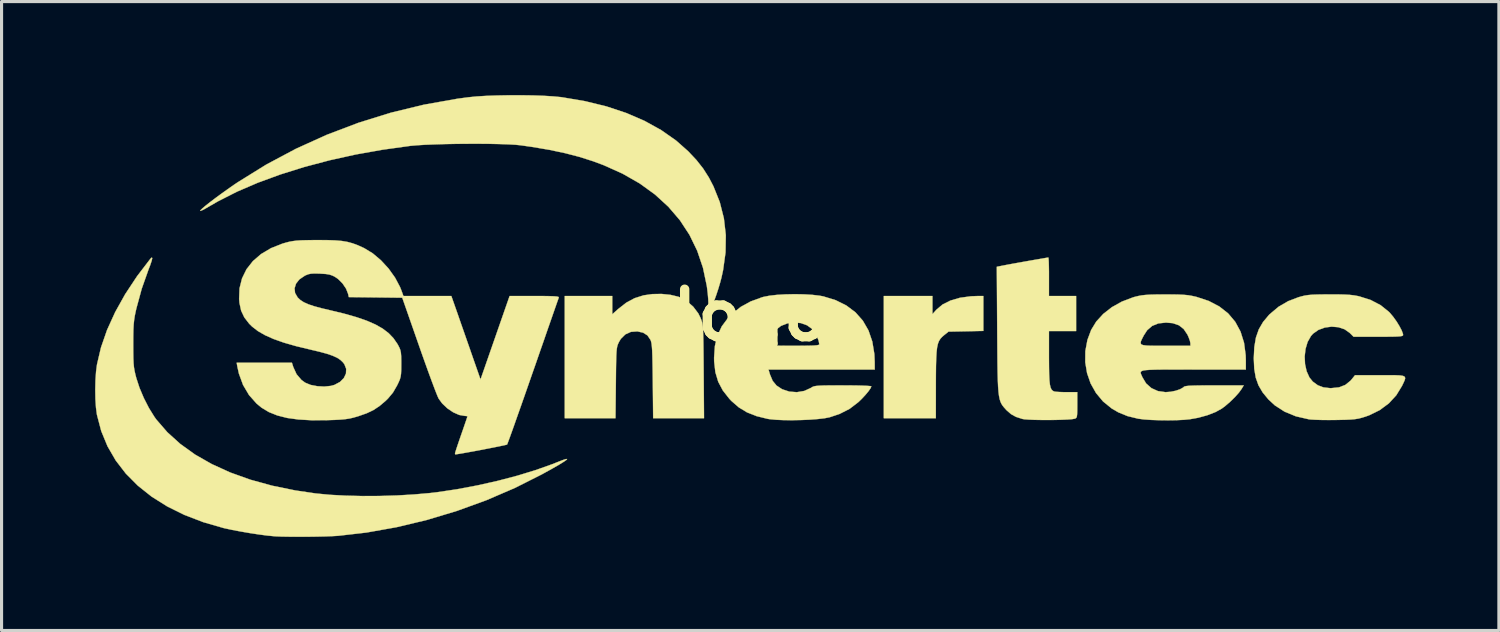
<source format=kicad_pcb>
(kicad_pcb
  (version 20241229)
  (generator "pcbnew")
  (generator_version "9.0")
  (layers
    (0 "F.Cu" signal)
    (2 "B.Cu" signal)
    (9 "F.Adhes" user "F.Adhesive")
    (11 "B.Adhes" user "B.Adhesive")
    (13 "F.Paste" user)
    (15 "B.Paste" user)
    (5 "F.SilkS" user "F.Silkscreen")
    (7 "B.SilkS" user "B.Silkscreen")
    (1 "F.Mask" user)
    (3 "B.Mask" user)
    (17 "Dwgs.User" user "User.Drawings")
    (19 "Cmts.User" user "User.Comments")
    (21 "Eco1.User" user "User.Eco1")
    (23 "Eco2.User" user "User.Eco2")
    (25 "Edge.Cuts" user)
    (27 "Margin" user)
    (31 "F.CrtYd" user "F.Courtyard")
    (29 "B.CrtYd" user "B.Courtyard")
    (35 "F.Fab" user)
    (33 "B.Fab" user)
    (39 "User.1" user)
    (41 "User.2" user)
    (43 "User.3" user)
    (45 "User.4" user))
  (footprint "logo"
    (layer "F.Cu")
    (at 21.013 7.06)
    (property "Reference" "logo" (at 0 0 0) (layer "F.SilkS") (effects (font (size 1.524 1.524) (thickness 0.3))))
    (attr through_hole)
    (fp_poly (pts (xy 5.842 -0.036) (xy 5.973 -0.181) (xy 6.168 -0.345) (xy 6.42 -0.471) (xy 6.726 -0.56) (xy 7.079 -0.608) (xy 7.321 -0.617) (xy 7.475 -0.617) (xy 7.475 0.503) (xy 6.916 0.515) (xy 6.356 0.526) (xy 6.217 0.638) (xy 6.149 0.697) (xy 6.094 0.758) (xy 6.05 0.83) (xy 6.016 0.92) (xy 5.991 1.037) (xy 5.974 1.188) (xy 5.963 1.381) (xy 5.956 1.625) (xy 5.953 1.928) (xy 5.952 2.204) (xy 5.951 3.302) (xy 4.282 3.302) (xy 4.282 -0.617) (xy 5.842 -0.617) (xy 5.842 -0.036)) (stroke (width 0.01) (type solid)) (fill yes) (layer "F.SilkS"))
    (fp_poly (pts (xy -2.561 -0.654) (xy -2.309 -0.594) (xy -2.269 -0.579) (xy -2.038 -0.455) (xy -1.832 -0.276) (xy -1.667 -0.058) (xy -1.593 0.092) (xy -1.572 0.147) (xy -1.554 0.199) (xy -1.54 0.257) (xy -1.528 0.327) (xy -1.52 0.417) (xy -1.513 0.535) (xy -1.508 0.688) (xy -1.504 0.883) (xy -1.501 1.128) (xy -1.498 1.431) (xy -1.495 1.799) (xy -1.495 1.805) (xy -1.484 3.302) (xy -3.115 3.302) (xy -3.127 2.114) (xy -3.131 1.779) (xy -3.136 1.509) (xy -3.141 1.295) (xy -3.147 1.13) (xy -3.156 1.006) (xy -3.166 0.915) (xy -3.18 0.849) (xy -3.196 0.8) (xy -3.2 0.792) (xy -3.297 0.648) (xy -3.437 0.559) (xy -3.622 0.518) (xy -3.828 0.533) (xy -4.007 0.614) (xy -4.15 0.755) (xy -4.209 0.853) (xy -4.234 0.905) (xy -4.255 0.955) (xy -4.27 1.011) (xy -4.282 1.082) (xy -4.291 1.176) (xy -4.298 1.304) (xy -4.302 1.472) (xy -4.306 1.69) (xy -4.309 1.967) (xy -4.311 2.168) (xy -4.323 3.302) (xy -5.951 3.302) (xy -5.951 -0.617) (xy -4.427 -0.617) (xy -4.427 -0.03) (xy -4.237 -0.2) (xy -3.977 -0.403) (xy -3.712 -0.546) (xy -3.422 -0.638) (xy -3.415 -0.639) (xy -3.141 -0.678) (xy -2.847 -0.683) (xy -2.561 -0.654)) (stroke (width 0.01) (type solid)) (fill yes) (layer "F.SilkS"))
    (fp_poly (pts (xy 9.566 -1.816) (xy 9.572 -1.721) (xy 9.576 -1.577) (xy 9.579 -1.396) (xy 9.579 -1.234) (xy 9.579 -0.617) (xy 10.45 -0.617) (xy 10.45 0.508) (xy 9.579 0.508) (xy 9.579 1.363) (xy 9.581 1.666) (xy 9.585 1.905) (xy 9.594 2.088) (xy 9.609 2.223) (xy 9.63 2.318) (xy 9.66 2.381) (xy 9.7 2.422) (xy 9.744 2.445) (xy 9.805 2.455) (xy 9.919 2.462) (xy 10.066 2.467) (xy 10.145 2.467) (xy 10.487 2.467) (xy 10.487 2.88) (xy 10.486 3.059) (xy 10.482 3.178) (xy 10.473 3.251) (xy 10.455 3.291) (xy 10.428 3.31) (xy 10.405 3.318) (xy 10.32 3.333) (xy 10.177 3.344) (xy 9.991 3.352) (xy 9.776 3.358) (xy 9.548 3.36) (xy 9.321 3.359) (xy 9.109 3.355) (xy 8.928 3.347) (xy 8.792 3.337) (xy 8.727 3.326) (xy 8.52 3.259) (xy 8.36 3.17) (xy 8.218 3.046) (xy 8.191 3.016) (xy 8.138 2.957) (xy 8.093 2.901) (xy 8.055 2.842) (xy 8.024 2.774) (xy 7.998 2.692) (xy 7.977 2.588) (xy 7.961 2.458) (xy 7.948 2.294) (xy 7.939 2.093) (xy 7.932 1.846) (xy 7.927 1.549) (xy 7.924 1.195) (xy 7.921 0.778) (xy 7.919 0.466) (xy 7.906 -1.554) (xy 8.099 -1.592) (xy 8.197 -1.611) (xy 8.341 -1.638) (xy 8.518 -1.67) (xy 8.714 -1.705) (xy 8.916 -1.741) (xy 9.111 -1.775) (xy 9.286 -1.805) (xy 9.428 -1.83) (xy 9.524 -1.846) (xy 9.559 -1.851) (xy 9.566 -1.816)) (stroke (width 0.01) (type solid)) (fill yes) (layer "F.SilkS"))
    (fp_poly (pts (xy -6.98 -7.05) (xy -6.632 -7.038) (xy -6.323 -7.019) (xy -6.069 -6.995) (xy -6.042 -6.991) (xy -5.308 -6.867) (xy -4.619 -6.699) (xy -3.98 -6.487) (xy -3.391 -6.233) (xy -2.857 -5.937) (xy -2.379 -5.602) (xy -1.994 -5.261) (xy -1.729 -4.98) (xy -1.513 -4.706) (xy -1.328 -4.416) (xy -1.182 -4.135) (xy -0.979 -3.629) (xy -0.847 -3.108) (xy -0.785 -2.57) (xy -0.794 -2.015) (xy -0.873 -1.443) (xy -0.924 -1.209) (xy -0.97 -1.036) (xy -1.026 -0.848) (xy -1.088 -0.66) (xy -1.151 -0.484) (xy -1.21 -0.332) (xy -1.261 -0.218) (xy -1.298 -0.154) (xy -1.311 -0.145) (xy -1.327 -0.178) (xy -1.339 -0.264) (xy -1.343 -0.372) (xy -1.349 -0.514) (xy -1.364 -0.696) (xy -1.387 -0.884) (xy -1.395 -0.943) (xy -1.518 -1.525) (xy -1.703 -2.07) (xy -1.95 -2.578) (xy -2.258 -3.048) (xy -2.628 -3.48) (xy -3.058 -3.873) (xy -3.547 -4.227) (xy -4.097 -4.541) (xy -4.705 -4.814) (xy -5.044 -4.94) (xy -5.477 -5.078) (xy -5.938 -5.198) (xy -6.44 -5.304) (xy -6.993 -5.398) (xy -7.366 -5.451) (xy -7.537 -5.468) (xy -7.769 -5.481) (xy -8.051 -5.49) (xy -8.37 -5.497) (xy -8.716 -5.5) (xy -9.076 -5.499) (xy -9.439 -5.496) (xy -9.793 -5.489) (xy -10.128 -5.479) (xy -10.431 -5.467) (xy -10.69 -5.451) (xy -10.895 -5.433) (xy -10.904 -5.432) (xy -11.79 -5.309) (xy -12.656 -5.155) (xy -13.496 -4.969) (xy -14.304 -4.755) (xy -15.071 -4.515) (xy -15.792 -4.251) (xy -16.46 -3.964) (xy -17.068 -3.656) (xy -17.375 -3.479) (xy -17.491 -3.412) (xy -17.585 -3.364) (xy -17.637 -3.346) (xy -17.641 -3.346) (xy -17.629 -3.372) (xy -17.566 -3.432) (xy -17.46 -3.521) (xy -17.318 -3.633) (xy -17.149 -3.761) (xy -16.961 -3.899) (xy -16.762 -4.041) (xy -16.561 -4.182) (xy -16.43 -4.27) (xy -15.523 -4.832) (xy -14.573 -5.338) (xy -13.587 -5.785) (xy -12.57 -6.171) (xy -11.528 -6.495) (xy -10.465 -6.753) (xy -9.389 -6.944) (xy -9.035 -6.991) (xy -8.774 -7.017) (xy -8.46 -7.036) (xy -8.108 -7.048) (xy -7.734 -7.055) (xy -7.353 -7.055) (xy -6.98 -7.05)) (stroke (width 0.01) (type solid)) (fill yes) (layer "F.SilkS"))
    (fp_poly (pts (xy 18.833 -0.668) (xy 19.047 -0.663) (xy 19.218 -0.654) (xy 19.36 -0.638) (xy 19.487 -0.615) (xy 19.531 -0.605) (xy 19.897 -0.489) (xy 20.215 -0.323) (xy 20.48 -0.11) (xy 20.51 -0.08) (xy 20.617 0.047) (xy 20.724 0.195) (xy 20.818 0.348) (xy 20.891 0.487) (xy 20.932 0.597) (xy 20.937 0.634) (xy 20.929 0.652) (xy 20.899 0.666) (xy 20.839 0.676) (xy 20.74 0.683) (xy 20.594 0.687) (xy 20.392 0.689) (xy 20.142 0.689) (xy 19.348 0.689) (xy 19.224 0.566) (xy 19.06 0.45) (xy 18.861 0.384) (xy 18.643 0.366) (xy 18.425 0.395) (xy 18.221 0.47) (xy 18.05 0.59) (xy 17.982 0.666) (xy 17.874 0.857) (xy 17.807 1.083) (xy 17.78 1.325) (xy 17.792 1.569) (xy 17.843 1.798) (xy 17.932 1.995) (xy 18.04 2.128) (xy 18.201 2.246) (xy 18.377 2.313) (xy 18.591 2.338) (xy 18.633 2.338) (xy 18.88 2.313) (xy 19.083 2.235) (xy 19.25 2.1) (xy 19.293 2.05) (xy 19.395 1.923) (xy 20.202 1.923) (xy 20.476 1.923) (xy 20.684 1.924) (xy 20.834 1.93) (xy 20.933 1.945) (xy 20.987 1.972) (xy 21.004 2.015) (xy 20.99 2.076) (xy 20.953 2.16) (xy 20.901 2.268) (xy 20.718 2.567) (xy 20.478 2.827) (xy 20.186 3.043) (xy 19.848 3.209) (xy 19.724 3.253) (xy 19.61 3.288) (xy 19.507 3.314) (xy 19.398 3.332) (xy 19.268 3.344) (xy 19.103 3.352) (xy 18.887 3.357) (xy 18.778 3.359) (xy 18.549 3.361) (xy 18.33 3.359) (xy 18.136 3.353) (xy 17.984 3.345) (xy 17.91 3.336) (xy 17.5 3.242) (xy 17.139 3.094) (xy 16.826 2.893) (xy 16.616 2.699) (xy 16.433 2.476) (xy 16.299 2.248) (xy 16.211 2) (xy 16.163 1.718) (xy 16.148 1.384) (xy 16.148 1.38) (xy 16.165 1.022) (xy 16.217 0.716) (xy 16.309 0.452) (xy 16.447 0.215) (xy 16.633 -0.007) (xy 16.659 -0.033) (xy 16.941 -0.271) (xy 17.252 -0.452) (xy 17.575 -0.575) (xy 17.686 -0.607) (xy 17.788 -0.631) (xy 17.894 -0.647) (xy 18.02 -0.658) (xy 18.18 -0.664) (xy 18.388 -0.667) (xy 18.56 -0.668) (xy 18.833 -0.668)) (stroke (width 0.01) (type solid)) (fill yes) (layer "F.SilkS"))
    (fp_poly (pts (xy -19.18 -1.832) (xy -19.198 -1.748) (xy -19.248 -1.6) (xy -19.3 -1.466) (xy -19.517 -0.852) (xy -19.688 -0.224) (xy -19.71 -0.127) (xy -19.74 0.017) (xy -19.761 0.153) (xy -19.776 0.298) (xy -19.785 0.466) (xy -19.789 0.675) (xy -19.79 0.94) (xy -19.79 0.943) (xy -19.789 1.195) (xy -19.786 1.389) (xy -19.779 1.541) (xy -19.767 1.667) (xy -19.748 1.781) (xy -19.722 1.898) (xy -19.692 2.014) (xy -19.59 2.326) (xy -19.451 2.655) (xy -19.288 2.974) (xy -19.113 3.256) (xy -19.051 3.343) (xy -18.697 3.752) (xy -18.281 4.128) (xy -17.805 4.47) (xy -17.269 4.775) (xy -16.678 5.044) (xy -16.033 5.275) (xy -15.335 5.467) (xy -14.587 5.62) (xy -13.934 5.716) (xy -13.486 5.759) (xy -12.984 5.786) (xy -12.446 5.799) (xy -11.888 5.797) (xy -11.329 5.78) (xy -10.784 5.748) (xy -10.272 5.703) (xy -10.051 5.677) (xy -9.405 5.581) (xy -8.749 5.457) (xy -8.098 5.311) (xy -7.47 5.146) (xy -6.878 4.965) (xy -6.339 4.773) (xy -6.197 4.716) (xy -6.025 4.649) (xy -5.918 4.614) (xy -5.874 4.611) (xy -5.895 4.639) (xy -5.979 4.698) (xy -6.126 4.789) (xy -6.336 4.91) (xy -6.609 5.061) (xy -6.681 5.101) (xy -7.553 5.54) (xy -8.466 5.933) (xy -9.411 6.276) (xy -10.374 6.566) (xy -11.345 6.798) (xy -12.312 6.97) (xy -13.219 7.074) (xy -13.404 7.085) (xy -13.642 7.094) (xy -13.915 7.1) (xy -14.208 7.104) (xy -14.502 7.105) (xy -14.78 7.103) (xy -15.027 7.099) (xy -15.223 7.091) (xy -15.276 7.087) (xy -15.493 7.066) (xy -15.758 7.031) (xy -16.049 6.987) (xy -16.344 6.936) (xy -16.62 6.884) (xy -16.856 6.833) (xy -16.891 6.825) (xy -17.545 6.636) (xy -18.149 6.404) (xy -18.701 6.131) (xy -19.199 5.818) (xy -19.641 5.467) (xy -20.026 5.08) (xy -20.351 4.658) (xy -20.615 4.202) (xy -20.816 3.715) (xy -20.952 3.199) (xy -20.955 3.184) (xy -20.985 2.96) (xy -21.003 2.687) (xy -21.008 2.389) (xy -21.001 2.088) (xy -20.982 1.806) (xy -20.952 1.578) (xy -20.824 1.033) (xy -20.629 0.471) (xy -20.369 -0.1) (xy -20.048 -0.675) (xy -19.668 -1.25) (xy -19.241 -1.809) (xy -19.195 -1.852) (xy -19.18 -1.832)) (stroke (width 0.01) (type solid)) (fill yes) (layer "F.SilkS"))
    (fp_poly (pts (xy 1.716 -0.67) (xy 1.989 -0.654) (xy 2.225 -0.626) (xy 2.34 -0.605) (xy 2.738 -0.483) (xy 3.083 -0.311) (xy 3.374 -0.092) (xy 3.61 0.175) (xy 3.79 0.487) (xy 3.913 0.844) (xy 3.979 1.244) (xy 3.99 1.497) (xy 3.991 1.742) (xy 0.584 1.742) (xy 0.632 1.902) (xy 0.717 2.104) (xy 0.84 2.254) (xy 1.016 2.37) (xy 1.023 2.374) (xy 1.252 2.45) (xy 1.494 2.468) (xy 1.732 2.428) (xy 1.944 2.331) (xy 1.965 2.317) (xy 2.001 2.296) (xy 2.046 2.28) (xy 2.11 2.268) (xy 2.203 2.26) (xy 2.333 2.254) (xy 2.51 2.251) (xy 2.743 2.25) (xy 2.972 2.25) (xy 3.22 2.251) (xy 3.443 2.254) (xy 3.63 2.259) (xy 3.772 2.266) (xy 3.859 2.274) (xy 3.883 2.281) (xy 3.858 2.341) (xy 3.791 2.437) (xy 3.693 2.555) (xy 3.576 2.681) (xy 3.466 2.787) (xy 3.185 3.002) (xy 2.863 3.166) (xy 2.545 3.272) (xy 2.383 3.304) (xy 2.166 3.329) (xy 1.91 3.349) (xy 1.631 3.361) (xy 1.347 3.366) (xy 1.074 3.364) (xy 0.828 3.353) (xy 0.627 3.334) (xy 0.557 3.323) (xy 0.199 3.235) (xy -0.105 3.115) (xy -0.369 2.955) (xy -0.606 2.749) (xy -0.671 2.68) (xy -0.881 2.412) (xy -1.029 2.132) (xy -1.12 1.827) (xy -1.159 1.482) (xy -1.161 1.361) (xy -1.135 0.986) (xy -1.115 0.906) (xy 0.617 0.906) (xy 0.619 0.93) (xy 0.633 0.948) (xy 0.666 0.961) (xy 0.727 0.97) (xy 0.827 0.976) (xy 0.973 0.978) (xy 1.174 0.98) (xy 1.415 0.98) (xy 1.683 0.979) (xy 1.885 0.976) (xy 2.032 0.972) (xy 2.129 0.964) (xy 2.186 0.953) (xy 2.211 0.938) (xy 2.213 0.93) (xy 2.192 0.817) (xy 2.137 0.677) (xy 2.061 0.541) (xy 1.986 0.443) (xy 1.82 0.322) (xy 1.621 0.251) (xy 1.403 0.232) (xy 1.186 0.262) (xy 0.984 0.342) (xy 0.815 0.472) (xy 0.809 0.478) (xy 0.732 0.586) (xy 0.665 0.72) (xy 0.624 0.849) (xy 0.617 0.906) (xy -1.115 0.906) (xy -1.054 0.655) (xy -0.915 0.358) (xy -0.714 0.087) (xy -0.584 -0.046) (xy -0.307 -0.267) (xy 0.009 -0.441) (xy 0.376 -0.575) (xy 0.423 -0.588) (xy 0.611 -0.625) (xy 0.852 -0.653) (xy 1.129 -0.669) (xy 1.423 -0.675) (xy 1.716 -0.67)) (stroke (width 0.01) (type solid)) (fill yes) (layer "F.SilkS"))
    (fp_poly (pts (xy 13.556 -0.666) (xy 13.756 -0.662) (xy 13.914 -0.654) (xy 14.047 -0.641) (xy 14.168 -0.62) (xy 14.294 -0.592) (xy 14.31 -0.588) (xy 14.703 -0.458) (xy 15.042 -0.281) (xy 15.326 -0.058) (xy 15.553 0.211) (xy 15.723 0.525) (xy 15.835 0.882) (xy 15.888 1.281) (xy 15.893 1.442) (xy 15.893 1.742) (xy 14.206 1.742) (xy 13.805 1.741) (xy 13.47 1.741) (xy 13.197 1.742) (xy 12.98 1.745) (xy 12.812 1.751) (xy 12.688 1.76) (xy 12.603 1.773) (xy 12.55 1.792) (xy 12.524 1.817) (xy 12.52 1.849) (xy 12.531 1.889) (xy 12.553 1.937) (xy 12.575 1.988) (xy 12.695 2.188) (xy 12.865 2.338) (xy 13.075 2.433) (xy 13.317 2.467) (xy 13.319 2.467) (xy 13.481 2.455) (xy 13.643 2.422) (xy 13.784 2.374) (xy 13.882 2.319) (xy 13.9 2.301) (xy 13.925 2.285) (xy 13.975 2.273) (xy 14.059 2.263) (xy 14.184 2.257) (xy 14.357 2.253) (xy 14.588 2.25) (xy 14.883 2.25) (xy 15.825 2.25) (xy 15.759 2.361) (xy 15.672 2.481) (xy 15.544 2.624) (xy 15.393 2.772) (xy 15.237 2.907) (xy 15.12 2.995) (xy 14.914 3.108) (xy 14.655 3.208) (xy 14.364 3.288) (xy 14.102 3.335) (xy 13.908 3.354) (xy 13.667 3.366) (xy 13.399 3.37) (xy 13.123 3.367) (xy 12.86 3.358) (xy 12.628 3.342) (xy 12.448 3.319) (xy 12.441 3.318) (xy 12.1 3.235) (xy 11.803 3.114) (xy 11.589 2.989) (xy 11.313 2.764) (xy 11.088 2.494) (xy 10.916 2.189) (xy 10.801 1.857) (xy 10.743 1.508) (xy 10.746 1.15) (xy 10.794 0.892) (xy 12.518 0.892) (xy 12.538 0.933) (xy 12.596 0.958) (xy 12.7 0.972) (xy 12.856 0.979) (xy 13.072 0.98) (xy 13.317 0.98) (xy 14.115 0.98) (xy 14.115 0.896) (xy 14.099 0.818) (xy 14.058 0.706) (xy 14.021 0.623) (xy 13.901 0.444) (xy 13.746 0.322) (xy 13.549 0.254) (xy 13.332 0.236) (xy 13.087 0.262) (xy 12.887 0.343) (xy 12.728 0.481) (xy 12.618 0.651) (xy 12.565 0.755) (xy 12.529 0.834) (xy 12.518 0.892) (xy 10.794 0.892) (xy 10.812 0.794) (xy 10.932 0.472) (xy 11.096 0.203) (xy 11.321 -0.043) (xy 11.598 -0.259) (xy 11.917 -0.437) (xy 12.269 -0.571) (xy 12.326 -0.588) (xy 12.44 -0.616) (xy 12.551 -0.637) (xy 12.676 -0.651) (xy 12.827 -0.66) (xy 13.021 -0.665) (xy 13.271 -0.667) (xy 13.299 -0.667) (xy 13.556 -0.666)) (stroke (width 0.01) (type solid)) (fill yes) (layer "F.SilkS"))
    (fp_poly (pts (xy -13.566 -2.409) (xy -13.311 -2.4) (xy -13.1 -2.382) (xy -12.918 -2.351) (xy -12.75 -2.305) (xy -12.583 -2.243) (xy -12.401 -2.16) (xy -12.382 -2.151) (xy -12.109 -1.985) (xy -11.845 -1.762) (xy -11.601 -1.497) (xy -11.393 -1.206) (xy -11.233 -0.904) (xy -11.189 -0.794) (xy -11.125 -0.617) (xy -9.588 -0.617) (xy -9.419 -0.136) (xy -9.357 0.041) (xy -9.278 0.269) (xy -9.186 0.531) (xy -9.089 0.809) (xy -8.992 1.086) (xy -8.952 1.203) (xy -8.652 2.061) (xy -7.719 -0.617) (xy -6.922 -0.617) (xy -6.651 -0.616) (xy -6.446 -0.613) (xy -6.299 -0.608) (xy -6.204 -0.6) (xy -6.154 -0.588) (xy -6.14 -0.573) (xy -6.141 -0.572) (xy -6.155 -0.53) (xy -6.192 -0.426) (xy -6.248 -0.265) (xy -6.322 -0.053) (xy -6.412 0.205) (xy -6.516 0.503) (xy -6.631 0.836) (xy -6.757 1.196) (xy -6.89 1.58) (xy -6.966 1.796) (xy -7.103 2.189) (xy -7.233 2.562) (xy -7.355 2.909) (xy -7.467 3.225) (xy -7.565 3.504) (xy -7.649 3.74) (xy -7.717 3.927) (xy -7.766 4.06) (xy -7.794 4.134) (xy -7.8 4.147) (xy -7.838 4.158) (xy -7.936 4.18) (xy -8.081 4.21) (xy -8.26 4.246) (xy -8.461 4.285) (xy -8.672 4.326) (xy -8.881 4.365) (xy -9.075 4.4) (xy -9.243 4.43) (xy -9.371 4.451) (xy -9.448 4.462) (xy -9.46 4.463) (xy -9.47 4.436) (xy -9.471 4.431) (xy -9.459 4.388) (xy -9.427 4.288) (xy -9.379 4.144) (xy -9.319 3.968) (xy -9.271 3.83) (xy -9.205 3.64) (xy -9.148 3.474) (xy -9.104 3.346) (xy -9.078 3.266) (xy -9.071 3.245) (xy -9.102 3.233) (xy -9.156 3.229) (xy -9.335 3.198) (xy -9.528 3.113) (xy -9.716 2.986) (xy -9.882 2.828) (xy -9.996 2.672) (xy -10.026 2.606) (xy -10.077 2.48) (xy -10.146 2.301) (xy -10.23 2.076) (xy -10.326 1.814) (xy -10.431 1.522) (xy -10.543 1.208) (xy -10.623 0.979) (xy -11.162 -0.562) (xy -12.019 -0.572) (xy -12.876 -0.582) (xy -12.899 -0.686) (xy -12.965 -0.854) (xy -13.079 -1.022) (xy -13.222 -1.164) (xy -13.303 -1.22) (xy -13.401 -1.272) (xy -13.497 -1.304) (xy -13.614 -1.323) (xy -13.777 -1.333) (xy -13.805 -1.335) (xy -13.972 -1.339) (xy -14.089 -1.333) (xy -14.179 -1.314) (xy -14.265 -1.279) (xy -14.296 -1.263) (xy -14.462 -1.149) (xy -14.569 -1.013) (xy -14.616 -0.864) (xy -14.6 -0.713) (xy -14.516 -0.569) (xy -14.515 -0.568) (xy -14.43 -0.488) (xy -14.322 -0.418) (xy -14.18 -0.353) (xy -13.993 -0.29) (xy -13.754 -0.225) (xy -13.487 -0.162) (xy -13.027 -0.051) (xy -12.633 0.061) (xy -12.3 0.176) (xy -12.021 0.298) (xy -11.789 0.43) (xy -11.6 0.574) (xy -11.446 0.735) (xy -11.321 0.915) (xy -11.301 0.949) (xy -11.255 1.038) (xy -11.224 1.115) (xy -11.206 1.199) (xy -11.197 1.31) (xy -11.194 1.466) (xy -11.194 1.562) (xy -11.195 1.744) (xy -11.201 1.875) (xy -11.215 1.974) (xy -11.241 2.064) (xy -11.285 2.164) (xy -11.33 2.256) (xy -11.46 2.48) (xy -11.621 2.673) (xy -11.694 2.744) (xy -11.889 2.91) (xy -12.083 3.039) (xy -12.3 3.143) (xy -12.562 3.235) (xy -12.61 3.25) (xy -12.741 3.287) (xy -12.861 3.314) (xy -12.988 3.333) (xy -13.138 3.347) (xy -13.326 3.357) (xy -13.57 3.365) (xy -13.584 3.366) (xy -14.067 3.368) (xy -14.488 3.344) (xy -14.853 3.294) (xy -15.169 3.214) (xy -15.441 3.105) (xy -15.675 2.964) (xy -15.831 2.836) (xy -16.077 2.559) (xy -16.268 2.236) (xy -16.401 1.872) (xy -16.452 1.642) (xy -16.472 1.524) (xy -14.701 1.524) (xy -14.658 1.66) (xy -14.552 1.892) (xy -14.395 2.076) (xy -14.274 2.164) (xy -14.1 2.235) (xy -13.887 2.276) (xy -13.661 2.288) (xy -13.451 2.266) (xy -13.336 2.234) (xy -13.159 2.139) (xy -13.035 2.014) (xy -12.967 1.871) (xy -12.96 1.719) (xy -13.018 1.571) (xy -13.063 1.512) (xy -13.146 1.433) (xy -13.252 1.363) (xy -13.392 1.299) (xy -13.575 1.236) (xy -13.811 1.172) (xy -14.108 1.102) (xy -14.109 1.101) (xy -14.567 0.991) (xy -14.958 0.879) (xy -15.289 0.762) (xy -15.565 0.639) (xy -15.793 0.507) (xy -15.98 0.362) (xy -16.071 0.272) (xy -16.227 0.07) (xy -16.329 -0.145) (xy -16.383 -0.394) (xy -16.394 -0.519) (xy -16.381 -0.863) (xy -16.3 -1.183) (xy -16.157 -1.475) (xy -15.952 -1.736) (xy -15.69 -1.962) (xy -15.374 -2.15) (xy -15.006 -2.296) (xy -14.895 -2.328) (xy -14.783 -2.357) (xy -14.673 -2.377) (xy -14.553 -2.392) (xy -14.406 -2.402) (xy -14.221 -2.407) (xy -13.982 -2.41) (xy -13.879 -2.41) (xy -13.566 -2.409)) (stroke (width 0.01) (type solid)) (fill yes) (layer "F.SilkS")))
  (gr_rect
    (start -3 -3)
    (end 45.022 17.171)
    (stroke (width 0.1) (type default))
    (fill no)
    (layer "Edge.Cuts")))
</source>
